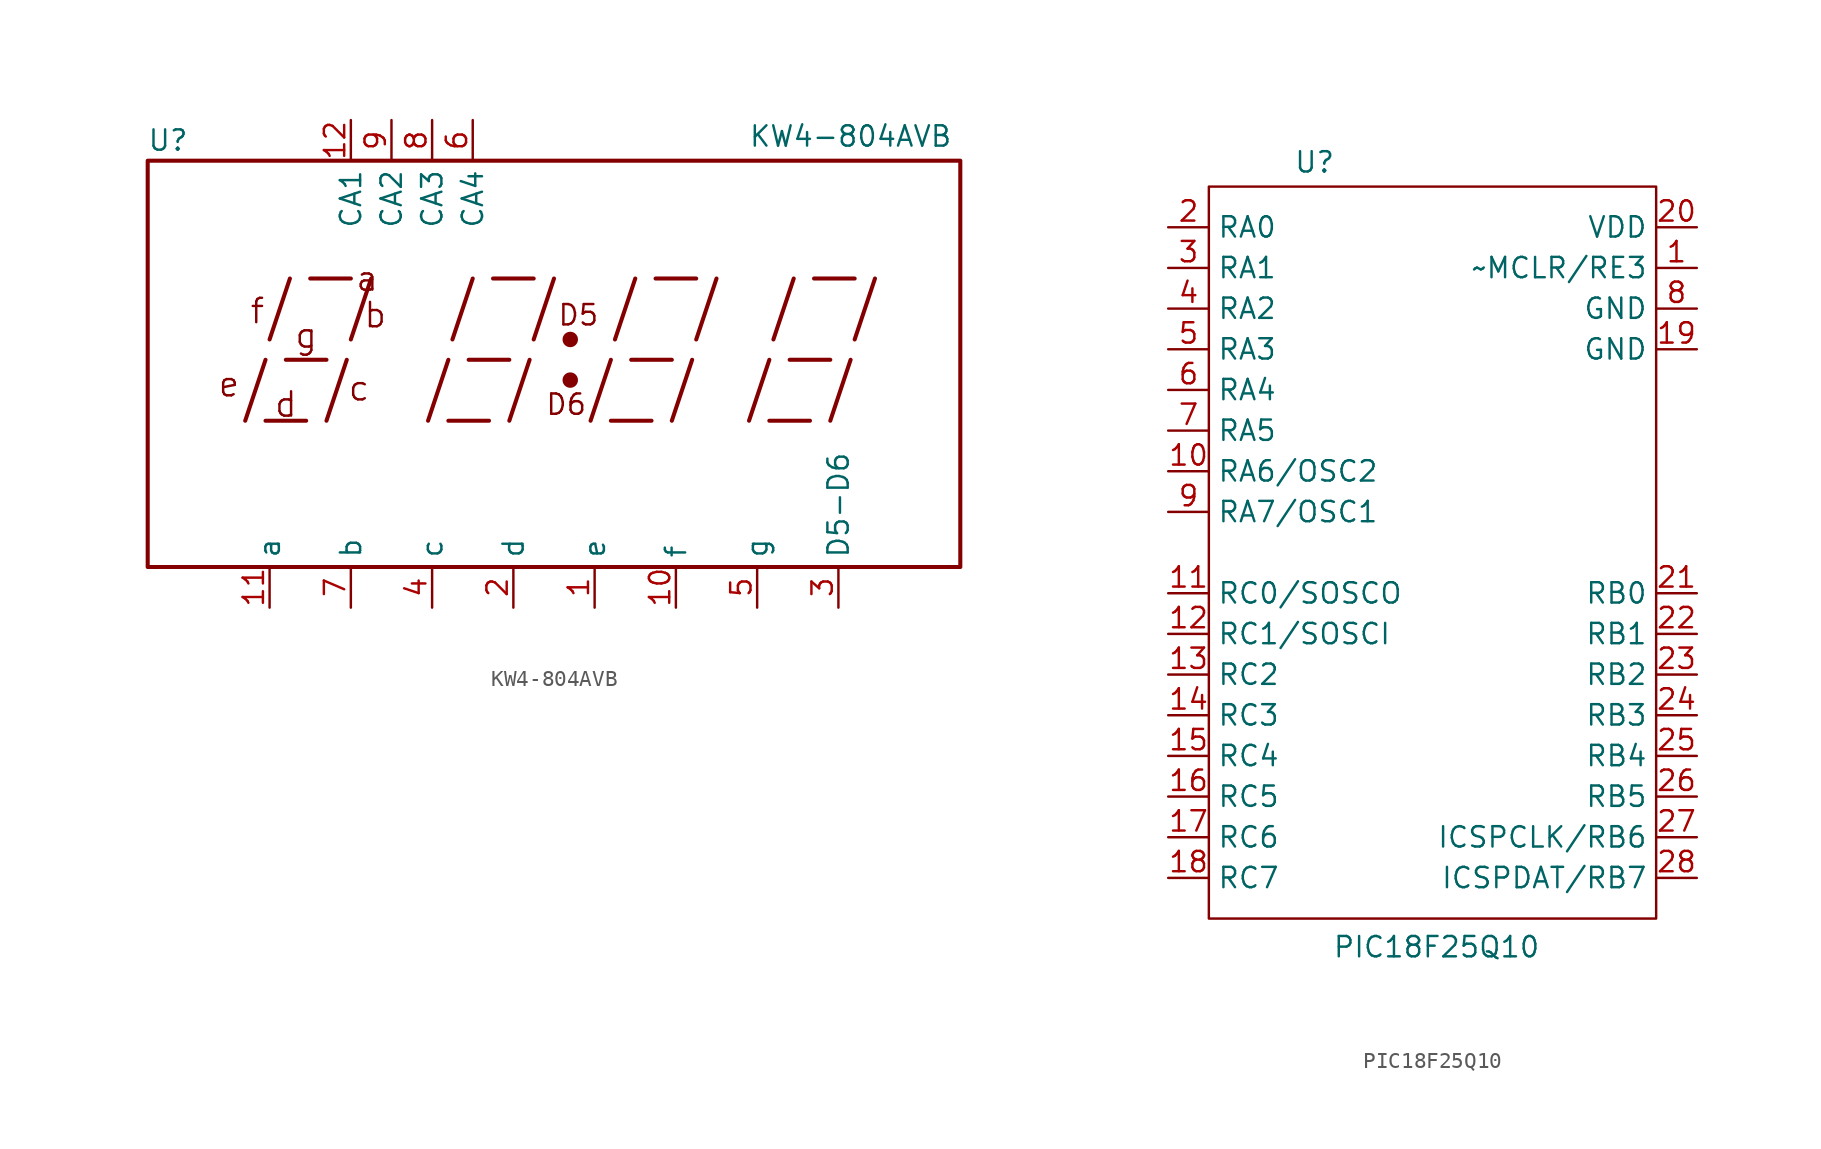
<source format=kicad_sym>
(kicad_symbol_lib
  (version 20231120)
  (generator "kicad_symbol_editor")
  (generator_version "8.0")
  (symbol "KW4-804AVB"
    (property "Reference" "U"
      (at -24.13 13.97 0)
      (effects (font (size 1.27 1.27))))
    (property "Value" "KW4-804AVB"
      (at 18.542 14.224 0)
      (effects (font (size 1.27 1.27))))
    (symbol "KW4-804AVB_0_0"
      (rectangle (start -25.4 12.7) (end 25.4 -12.7) (stroke (width 0.254) (type default)) (fill (type none)))
      (polyline (pts (xy -19.304 -3.556) (xy -18.034 0.254)) (stroke (width 0.254) (type default)) (fill (type none)))
      (polyline (pts (xy -18.034 -3.556) (xy -15.494 -3.556)) (stroke (width 0.254) (type default)) (fill (type none)))
      (polyline (pts (xy -17.78 1.524) (xy -16.51 5.334)) (stroke (width 0.254) (type default)) (fill (type none)))
      (polyline (pts (xy -16.764 0.254) (xy -14.224 0.254)) (stroke (width 0.254) (type default)) (fill (type none)))
      (polyline (pts (xy -15.24 5.334) (xy -12.7 5.334)) (stroke (width 0.254) (type default)) (fill (type none)))
      (polyline (pts (xy -14.224 -3.556) (xy -12.954 0.254)) (stroke (width 0.254) (type default)) (fill (type none)))
      (polyline (pts (xy -12.7 1.524) (xy -11.43 5.334)) (stroke (width 0.254) (type default)) (fill (type none)))
      (polyline (pts (xy -7.874 -3.556) (xy -6.604 0.254)) (stroke (width 0.254) (type default)) (fill (type none)))
      (polyline (pts (xy -6.604 -3.556) (xy -4.064 -3.556)) (stroke (width 0.254) (type default)) (fill (type none)))
      (polyline (pts (xy -6.35 1.524) (xy -5.08 5.334)) (stroke (width 0.254) (type default)) (fill (type none)))
      (polyline (pts (xy -5.334 0.254) (xy -2.794 0.254)) (stroke (width 0.254) (type default)) (fill (type none)))
      (polyline (pts (xy -3.81 5.334) (xy -1.27 5.334)) (stroke (width 0.254) (type default)) (fill (type none)))
      (polyline (pts (xy -2.794 -3.556) (xy -1.524 0.254)) (stroke (width 0.254) (type default)) (fill (type none)))
      (polyline (pts (xy -1.27 1.524) (xy 0 5.334)) (stroke (width 0.254) (type default)) (fill (type none)))
      (polyline (pts (xy 2.286 -3.556) (xy 3.556 0.254)) (stroke (width 0.254) (type default)) (fill (type none)))
      (polyline (pts (xy 3.556 -3.556) (xy 6.096 -3.556)) (stroke (width 0.254) (type default)) (fill (type none)))
      (polyline (pts (xy 3.81 1.524) (xy 5.08 5.334)) (stroke (width 0.254) (type default)) (fill (type none)))
      (polyline (pts (xy 4.826 0.254) (xy 7.366 0.254)) (stroke (width 0.254) (type default)) (fill (type none)))
      (polyline (pts (xy 6.35 5.334) (xy 8.89 5.334)) (stroke (width 0.254) (type default)) (fill (type none)))
      (polyline (pts (xy 7.366 -3.556) (xy 8.636 0.254)) (stroke (width 0.254) (type default)) (fill (type none)))
      (polyline (pts (xy 8.89 1.524) (xy 10.16 5.334)) (stroke (width 0.254) (type default)) (fill (type none)))
      (polyline (pts (xy 12.192 -3.556) (xy 13.462 0.254)) (stroke (width 0.254) (type default)) (fill (type none)))
      (polyline (pts (xy 13.462 -3.556) (xy 16.002 -3.556)) (stroke (width 0.254) (type default)) (fill (type none)))
      (polyline (pts (xy 13.716 1.524) (xy 14.986 5.334)) (stroke (width 0.254) (type default)) (fill (type none)))
      (polyline (pts (xy 14.732 0.254) (xy 17.272 0.254)) (stroke (width 0.254) (type default)) (fill (type none)))
      (polyline (pts (xy 16.256 5.334) (xy 18.796 5.334)) (stroke (width 0.254) (type default)) (fill (type none)))
      (polyline (pts (xy 17.272 -3.556) (xy 18.542 0.254)) (stroke (width 0.254) (type default)) (fill (type none)))
      (polyline (pts (xy 18.796 1.524) (xy 20.066 5.334)) (stroke (width 0.254) (type default)) (fill (type none)))
      (text "a" (at -11.684 5.334 0) (effects (font (size 1.524 1.524))))
      (text "b" (at -11.176 3.048 0) (effects (font (size 1.524 1.524))))
      (text "c" (at -12.192 -1.524 0) (effects (font (size 1.524 1.524))))
      (text "d" (at -16.764 -2.54 0) (effects (font (size 1.524 1.524))))
      (text "e" (at -20.32 -1.27 0) (effects (font (size 1.524 1.524))))
      (text "f" (at -18.542 3.302 0) (effects (font (size 1.524 1.524))))
      (text "g" (at -15.494 1.778 0) (effects (font (size 1.524 1.524)))))
    (symbol "KW4-804AVB_0_1"
      (circle (center 1.016 1.524) (radius 0.356) (stroke (width 0.254) (type default)) (fill (type outline))))
    (symbol "KW4-804AVB_1_0"
      (circle (center 1.016 -1.016) (radius 0.356) (stroke (width 0.254) (type default)) (fill (type outline)))
      (text "D5" (at 1.524 3.048 0) (effects (font (size 1.27 1.27))))
      (text "D6" (at 0.762 -2.54 0) (effects (font (size 1.27 1.27)))))
    (symbol "KW4-804AVB_1_1"
      (pin input line (at 2.54 -15.24 90) (length 2.54) (name "e" (effects (font (size 1.27 1.27)))) (number "1" (effects (font (size 1.27 1.27)))))
      (pin input line (at 7.62 -15.24 90) (length 2.54) (name "f" (effects (font (size 1.27 1.27)))) (number "10" (effects (font (size 1.27 1.27)))))
      (pin input line (at -17.78 -15.24 90) (length 2.54) (name "a" (effects (font (size 1.27 1.27)))) (number "11" (effects (font (size 1.27 1.27)))))
      (pin input line (at -12.7 15.24 270) (length 2.54) (name "CA1" (effects (font (size 1.27 1.27)))) (number "12" (effects (font (size 1.27 1.27)))))
      (pin input line (at -2.54 -15.24 90) (length 2.54) (name "d" (effects (font (size 1.27 1.27)))) (number "2" (effects (font (size 1.27 1.27)))))
      (pin input line (at 17.78 -15.24 90) (length 2.54) (name "D5-D6" (effects (font (size 1.27 1.27)))) (number "3" (effects (font (size 1.27 1.27)))))
      (pin input line (at -7.62 -15.24 90) (length 2.54) (name "c" (effects (font (size 1.27 1.27)))) (number "4" (effects (font (size 1.27 1.27)))))
      (pin input line (at 12.7 -15.24 90) (length 2.54) (name "g" (effects (font (size 1.27 1.27)))) (number "5" (effects (font (size 1.27 1.27)))))
      (pin input line (at -5.08 15.24 270) (length 2.54) (name "CA4" (effects (font (size 1.27 1.27)))) (number "6" (effects (font (size 1.27 1.27)))))
      (pin input line (at -12.7 -15.24 90) (length 2.54) (name "b" (effects (font (size 1.27 1.27)))) (number "7" (effects (font (size 1.27 1.27)))))
      (pin input line (at -7.62 15.24 270) (length 2.54) (name "CA3" (effects (font (size 1.27 1.27)))) (number "8" (effects (font (size 1.27 1.27)))))
      (pin input line (at -10.16 15.24 270) (length 2.54) (name "CA2" (effects (font (size 1.27 1.27)))) (number "9" (effects (font (size 1.27 1.27)))))))
  (symbol "PIC18F25Q10"
    (property "Reference" "U"
      (at -6.096 23.114 0)
      (effects (font (size 1.27 1.27))))
    (property "Value" "PIC18F25Q10"
      (at 1.524 -25.908 0)
      (effects (font (size 1.27 1.27))))
    (symbol "PIC18F25Q10_0_1"
      (rectangle (start -12.7 21.59) (end 15.24 -24.13) (stroke (width 0) (type default)) (fill (type none))))
    (symbol "PIC18F25Q10_1_1"
      (pin tri_state line (at 17.78 16.51 180) (length 2.54) (name "~MCLR/RE3" (effects (font (size 1.27 1.27)))) (number "1" (effects (font (size 1.27 1.27)))))
      (pin tri_state line (at -15.24 3.81 0) (length 2.54) (name "RA6/OSC2" (effects (font (size 1.27 1.27)))) (number "10" (effects (font (size 1.27 1.27)))))
      (pin tri_state line (at -15.24 -3.81 0) (length 2.54) (name "RC0/SOSCO" (effects (font (size 1.27 1.27)))) (number "11" (effects (font (size 1.27 1.27)))))
      (pin tri_state line (at -15.24 -6.35 0) (length 2.54) (name "RC1/SOSCI" (effects (font (size 1.27 1.27)))) (number "12" (effects (font (size 1.27 1.27)))))
      (pin tri_state line (at -15.24 -8.89 0) (length 2.54) (name "RC2" (effects (font (size 1.27 1.27)))) (number "13" (effects (font (size 1.27 1.27)))))
      (pin tri_state line (at -15.24 -11.43 0) (length 2.54) (name "RC3" (effects (font (size 1.27 1.27)))) (number "14" (effects (font (size 1.27 1.27)))))
      (pin tri_state line (at -15.24 -13.97 0) (length 2.54) (name "RC4" (effects (font (size 1.27 1.27)))) (number "15" (effects (font (size 1.27 1.27)))))
      (pin tri_state line (at -15.24 -16.51 0) (length 2.54) (name "RC5" (effects (font (size 1.27 1.27)))) (number "16" (effects (font (size 1.27 1.27)))))
      (pin tri_state line (at -15.24 -19.05 0) (length 2.54) (name "RC6" (effects (font (size 1.27 1.27)))) (number "17" (effects (font (size 1.27 1.27)))))
      (pin tri_state line (at -15.24 -21.59 0) (length 2.54) (name "RC7" (effects (font (size 1.27 1.27)))) (number "18" (effects (font (size 1.27 1.27)))))
      (pin power_out line (at 17.78 11.43 180) (length 2.54) (name "GND" (effects (font (size 1.27 1.27)))) (number "19" (effects (font (size 1.27 1.27)))))
      (pin tri_state line (at -15.24 19.05 0) (length 2.54) (name "RA0" (effects (font (size 1.27 1.27)))) (number "2" (effects (font (size 1.27 1.27)))))
      (pin power_in line (at 17.78 19.05 180) (length 2.54) (name "VDD" (effects (font (size 1.27 1.27)))) (number "20" (effects (font (size 1.27 1.27)))))
      (pin tri_state line (at 17.78 -3.81 180) (length 2.54) (name "RB0" (effects (font (size 1.27 1.27)))) (number "21" (effects (font (size 1.27 1.27)))))
      (pin tri_state line (at 17.78 -6.35 180) (length 2.54) (name "RB1" (effects (font (size 1.27 1.27)))) (number "22" (effects (font (size 1.27 1.27)))))
      (pin tri_state line (at 17.78 -8.89 180) (length 2.54) (name "RB2" (effects (font (size 1.27 1.27)))) (number "23" (effects (font (size 1.27 1.27)))))
      (pin tri_state line (at 17.78 -11.43 180) (length 2.54) (name "RB3" (effects (font (size 1.27 1.27)))) (number "24" (effects (font (size 1.27 1.27)))))
      (pin tri_state line (at 17.78 -13.97 180) (length 2.54) (name "RB4" (effects (font (size 1.27 1.27)))) (number "25" (effects (font (size 1.27 1.27)))))
      (pin tri_state line (at 17.78 -16.51 180) (length 2.54) (name "RB5" (effects (font (size 1.27 1.27)))) (number "26" (effects (font (size 1.27 1.27)))))
      (pin tri_state line (at 17.78 -19.05 180) (length 2.54) (name "ICSPCLK/RB6" (effects (font (size 1.27 1.27)))) (number "27" (effects (font (size 1.27 1.27)))))
      (pin tri_state line (at 17.78 -21.59 180) (length 2.54) (name "ICSPDAT/RB7" (effects (font (size 1.27 1.27)))) (number "28" (effects (font (size 1.27 1.27)))))
      (pin tri_state line (at -15.24 16.51 0) (length 2.54) (name "RA1" (effects (font (size 1.27 1.27)))) (number "3" (effects (font (size 1.27 1.27)))))
      (pin tri_state line (at -15.24 13.97 0) (length 2.54) (name "RA2" (effects (font (size 1.27 1.27)))) (number "4" (effects (font (size 1.27 1.27)))))
      (pin tri_state line (at -15.24 11.43 0) (length 2.54) (name "RA3" (effects (font (size 1.27 1.27)))) (number "5" (effects (font (size 1.27 1.27)))))
      (pin tri_state line (at -15.24 8.89 0) (length 2.54) (name "RA4" (effects (font (size 1.27 1.27)))) (number "6" (effects (font (size 1.27 1.27)))))
      (pin tri_state line (at -15.24 6.35 0) (length 2.54) (name "RA5" (effects (font (size 1.27 1.27)))) (number "7" (effects (font (size 1.27 1.27)))))
      (pin power_out line (at 17.78 13.97 180) (length 2.54) (name "GND" (effects (font (size 1.27 1.27)))) (number "8" (effects (font (size 1.27 1.27)))))
      (pin tri_state line (at -15.24 1.27 0) (length 2.54) (name "RA7/OSC1" (effects (font (size 1.27 1.27)))) (number "9" (effects (font (size 1.27 1.27))))))))
</source>
